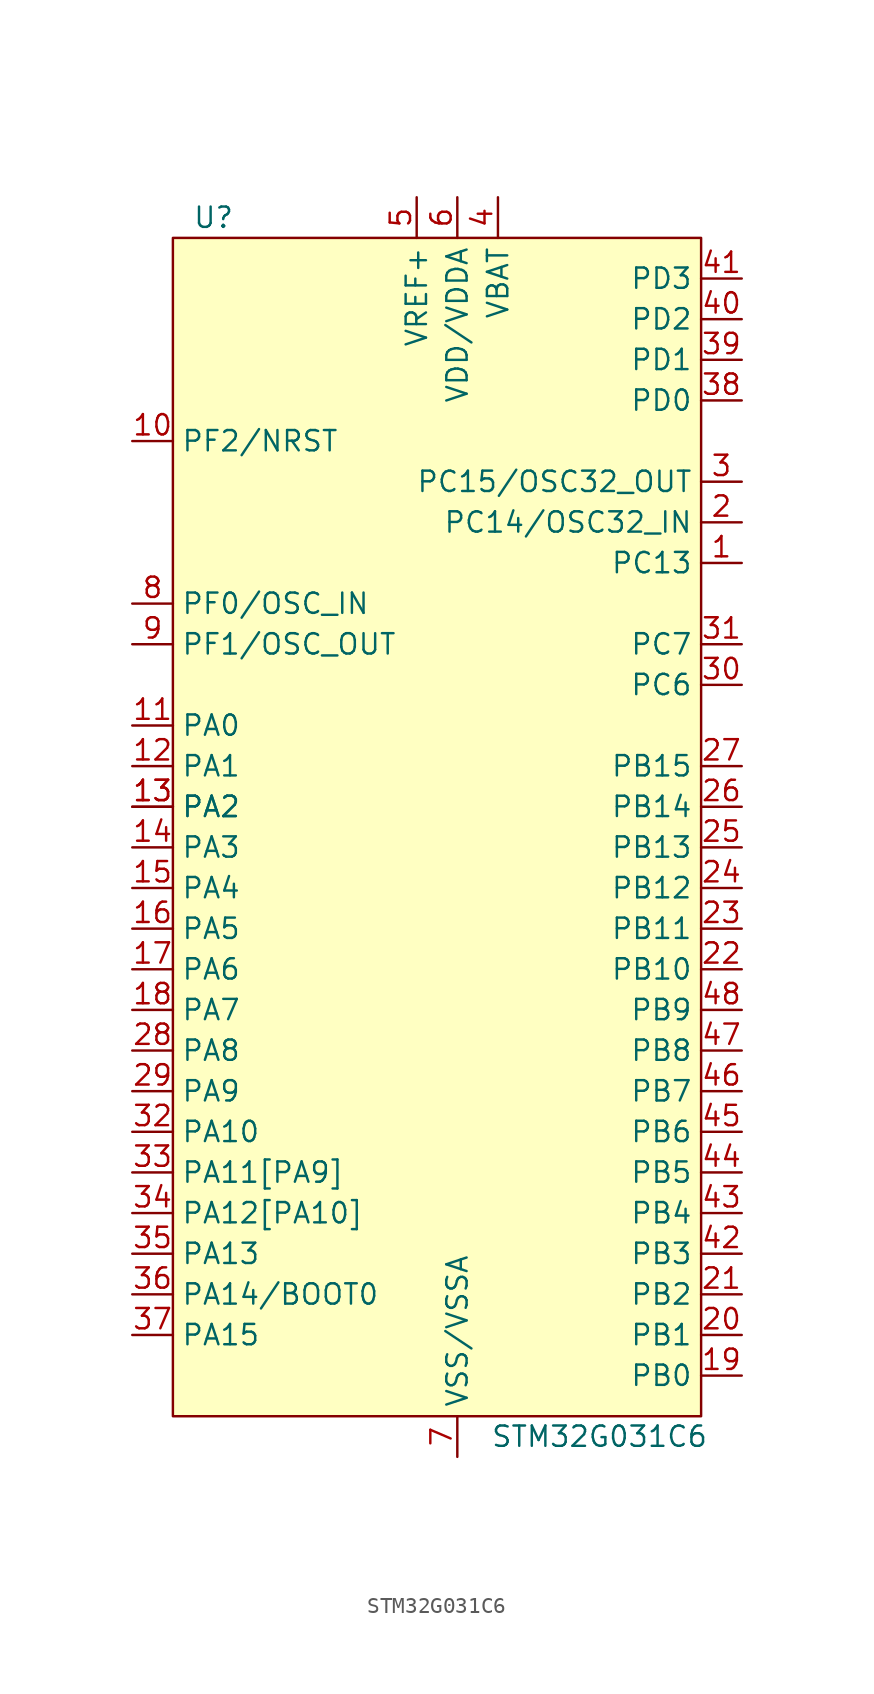
<source format=kicad_sym>
(kicad_symbol_lib
  (version 20231120)
  (generator "kicad_symbol_editor")
  (generator_version "8.0")
  (symbol "STM32G031C6"
    (property "Reference" "U"
      (at -15.24 39.37 0)
      (effects (font (size 1.27 1.27))))
    (property "Value" "STM32G031C6"
      (at 8.89 -36.83 0)
      (effects (font (size 1.27 1.27))))
    (symbol "STM32G031C6_0_1"
      (rectangle (start -17.78 38.1) (end 15.24 -35.56) (stroke (width 0) (type default)) (fill (type background))))
    (symbol "STM32G031C6_1_1"
      (pin passive line (at 17.78 17.78 180) (length 2.54) (name "PC13" (effects (font (size 1.27 1.27)))) (number "1" (effects (font (size 1.27 1.27)))))
      (pin passive line (at -20.32 25.4 0) (length 2.54) (name "PF2/NRST" (effects (font (size 1.27 1.27)))) (number "10" (effects (font (size 1.27 1.27)))))
      (pin passive line (at -20.32 7.62 0) (length 2.54) (name "PA0" (effects (font (size 1.27 1.27)))) (number "11" (effects (font (size 1.27 1.27)))))
      (pin passive line (at -20.32 5.08 0) (length 2.54) (name "PA1" (effects (font (size 1.27 1.27)))) (number "12" (effects (font (size 1.27 1.27)))))
      (pin passive line (at -20.32 2.54 0) (length 2.54) (name "PA2" (effects (font (size 1.27 1.27)))) (number "13" (effects (font (size 1.27 1.27)))))
      (pin passive line (at -20.32 2.54 0) (length 2.54) (name "PA2" (effects (font (size 1.27 1.27)))) (number "13" (effects (font (size 1.27 1.27)))))
      (pin passive line (at -20.32 0 0) (length 2.54) (name "PA3" (effects (font (size 1.27 1.27)))) (number "14" (effects (font (size 1.27 1.27)))))
      (pin passive line (at -20.32 -2.54 0) (length 2.54) (name "PA4" (effects (font (size 1.27 1.27)))) (number "15" (effects (font (size 1.27 1.27)))))
      (pin passive line (at -20.32 -5.08 0) (length 2.54) (name "PA5" (effects (font (size 1.27 1.27)))) (number "16" (effects (font (size 1.27 1.27)))))
      (pin passive line (at -20.32 -7.62 0) (length 2.54) (name "PA6" (effects (font (size 1.27 1.27)))) (number "17" (effects (font (size 1.27 1.27)))))
      (pin passive line (at -20.32 -10.16 0) (length 2.54) (name "PA7" (effects (font (size 1.27 1.27)))) (number "18" (effects (font (size 1.27 1.27)))))
      (pin passive line (at 17.78 -33.02 180) (length 2.54) (name "PB0" (effects (font (size 1.27 1.27)))) (number "19" (effects (font (size 1.27 1.27)))))
      (pin passive line (at 17.78 20.32 180) (length 2.54) (name "PC14/OSC32_IN" (effects (font (size 1.27 1.27)))) (number "2" (effects (font (size 1.27 1.27)))))
      (pin passive line (at 17.78 -30.48 180) (length 2.54) (name "PB1" (effects (font (size 1.27 1.27)))) (number "20" (effects (font (size 1.27 1.27)))))
      (pin passive line (at 17.78 -27.94 180) (length 2.54) (name "PB2" (effects (font (size 1.27 1.27)))) (number "21" (effects (font (size 1.27 1.27)))))
      (pin passive line (at 17.78 -7.62 180) (length 2.54) (name "PB10" (effects (font (size 1.27 1.27)))) (number "22" (effects (font (size 1.27 1.27)))))
      (pin passive line (at 17.78 -5.08 180) (length 2.54) (name "PB11" (effects (font (size 1.27 1.27)))) (number "23" (effects (font (size 1.27 1.27)))))
      (pin passive line (at 17.78 -2.54 180) (length 2.54) (name "PB12" (effects (font (size 1.27 1.27)))) (number "24" (effects (font (size 1.27 1.27)))))
      (pin passive line (at 17.78 0 180) (length 2.54) (name "PB13" (effects (font (size 1.27 1.27)))) (number "25" (effects (font (size 1.27 1.27)))))
      (pin passive line (at 17.78 2.54 180) (length 2.54) (name "PB14" (effects (font (size 1.27 1.27)))) (number "26" (effects (font (size 1.27 1.27)))))
      (pin passive line (at 17.78 5.08 180) (length 2.54) (name "PB15" (effects (font (size 1.27 1.27)))) (number "27" (effects (font (size 1.27 1.27)))))
      (pin passive line (at -20.32 -12.7 0) (length 2.54) (name "PA8" (effects (font (size 1.27 1.27)))) (number "28" (effects (font (size 1.27 1.27)))))
      (pin passive line (at -20.32 -15.24 0) (length 2.54) (name "PA9" (effects (font (size 1.27 1.27)))) (number "29" (effects (font (size 1.27 1.27)))))
      (pin passive line (at 17.78 22.86 180) (length 2.54) (name "PC15/OSC32_OUT" (effects (font (size 1.27 1.27)))) (number "3" (effects (font (size 1.27 1.27)))))
      (pin passive line (at 17.78 10.16 180) (length 2.54) (name "PC6" (effects (font (size 1.27 1.27)))) (number "30" (effects (font (size 1.27 1.27)))))
      (pin passive line (at 17.78 12.7 180) (length 2.54) (name "PC7" (effects (font (size 1.27 1.27)))) (number "31" (effects (font (size 1.27 1.27)))))
      (pin passive line (at -20.32 -17.78 0) (length 2.54) (name "PA10" (effects (font (size 1.27 1.27)))) (number "32" (effects (font (size 1.27 1.27)))))
      (pin passive line (at -20.32 -20.32 0) (length 2.54) (name "PA11[PA9]" (effects (font (size 1.27 1.27)))) (number "33" (effects (font (size 1.27 1.27)))))
      (pin passive line (at -20.32 -22.86 0) (length 2.54) (name "PA12[PA10]" (effects (font (size 1.27 1.27)))) (number "34" (effects (font (size 1.27 1.27)))))
      (pin passive line (at -20.32 -25.4 0) (length 2.54) (name "PA13" (effects (font (size 1.27 1.27)))) (number "35" (effects (font (size 1.27 1.27)))))
      (pin passive line (at -20.32 -27.94 0) (length 2.54) (name "PA14/BOOT0" (effects (font (size 1.27 1.27)))) (number "36" (effects (font (size 1.27 1.27)))))
      (pin passive line (at -20.32 -30.48 0) (length 2.54) (name "PA15" (effects (font (size 1.27 1.27)))) (number "37" (effects (font (size 1.27 1.27)))))
      (pin passive line (at 17.78 27.94 180) (length 2.54) (name "PD0" (effects (font (size 1.27 1.27)))) (number "38" (effects (font (size 1.27 1.27)))))
      (pin passive line (at 17.78 30.48 180) (length 2.54) (name "PD1" (effects (font (size 1.27 1.27)))) (number "39" (effects (font (size 1.27 1.27)))))
      (pin power_in line (at 2.54 40.64 270) (length 2.54) (name "VBAT" (effects (font (size 1.27 1.27)))) (number "4" (effects (font (size 1.27 1.27)))))
      (pin passive line (at 17.78 33.02 180) (length 2.54) (name "PD2" (effects (font (size 1.27 1.27)))) (number "40" (effects (font (size 1.27 1.27)))))
      (pin passive line (at 17.78 35.56 180) (length 2.54) (name "PD3" (effects (font (size 1.27 1.27)))) (number "41" (effects (font (size 1.27 1.27)))))
      (pin passive line (at 17.78 -25.4 180) (length 2.54) (name "PB3" (effects (font (size 1.27 1.27)))) (number "42" (effects (font (size 1.27 1.27)))))
      (pin passive line (at 17.78 -22.86 180) (length 2.54) (name "PB4" (effects (font (size 1.27 1.27)))) (number "43" (effects (font (size 1.27 1.27)))))
      (pin passive line (at 17.78 -20.32 180) (length 2.54) (name "PB5" (effects (font (size 1.27 1.27)))) (number "44" (effects (font (size 1.27 1.27)))))
      (pin passive line (at 17.78 -17.78 180) (length 2.54) (name "PB6" (effects (font (size 1.27 1.27)))) (number "45" (effects (font (size 1.27 1.27)))))
      (pin passive line (at 17.78 -15.24 180) (length 2.54) (name "PB7" (effects (font (size 1.27 1.27)))) (number "46" (effects (font (size 1.27 1.27)))))
      (pin passive line (at 17.78 -12.7 180) (length 2.54) (name "PB8" (effects (font (size 1.27 1.27)))) (number "47" (effects (font (size 1.27 1.27)))))
      (pin passive line (at 17.78 -10.16 180) (length 2.54) (name "PB9" (effects (font (size 1.27 1.27)))) (number "48" (effects (font (size 1.27 1.27)))))
      (pin passive line (at -2.54 40.64 270) (length 2.54) (name "VREF+" (effects (font (size 1.27 1.27)))) (number "5" (effects (font (size 1.27 1.27)))))
      (pin power_in line (at 0 40.64 270) (length 2.54) (name "VDD/VDDA" (effects (font (size 1.27 1.27)))) (number "6" (effects (font (size 1.27 1.27)))))
      (pin power_in line (at 0 -38.1 90) (length 2.54) (name "VSS/VSSA" (effects (font (size 1.27 1.27)))) (number "7" (effects (font (size 1.27 1.27)))))
      (pin passive line (at -20.32 15.24 0) (length 2.54) (name "PF0/OSC_IN" (effects (font (size 1.27 1.27)))) (number "8" (effects (font (size 1.27 1.27)))))
      (pin passive line (at -20.32 12.7 0) (length 2.54) (name "PF1/OSC_OUT" (effects (font (size 1.27 1.27)))) (number "9" (effects (font (size 1.27 1.27))))))))
</source>
